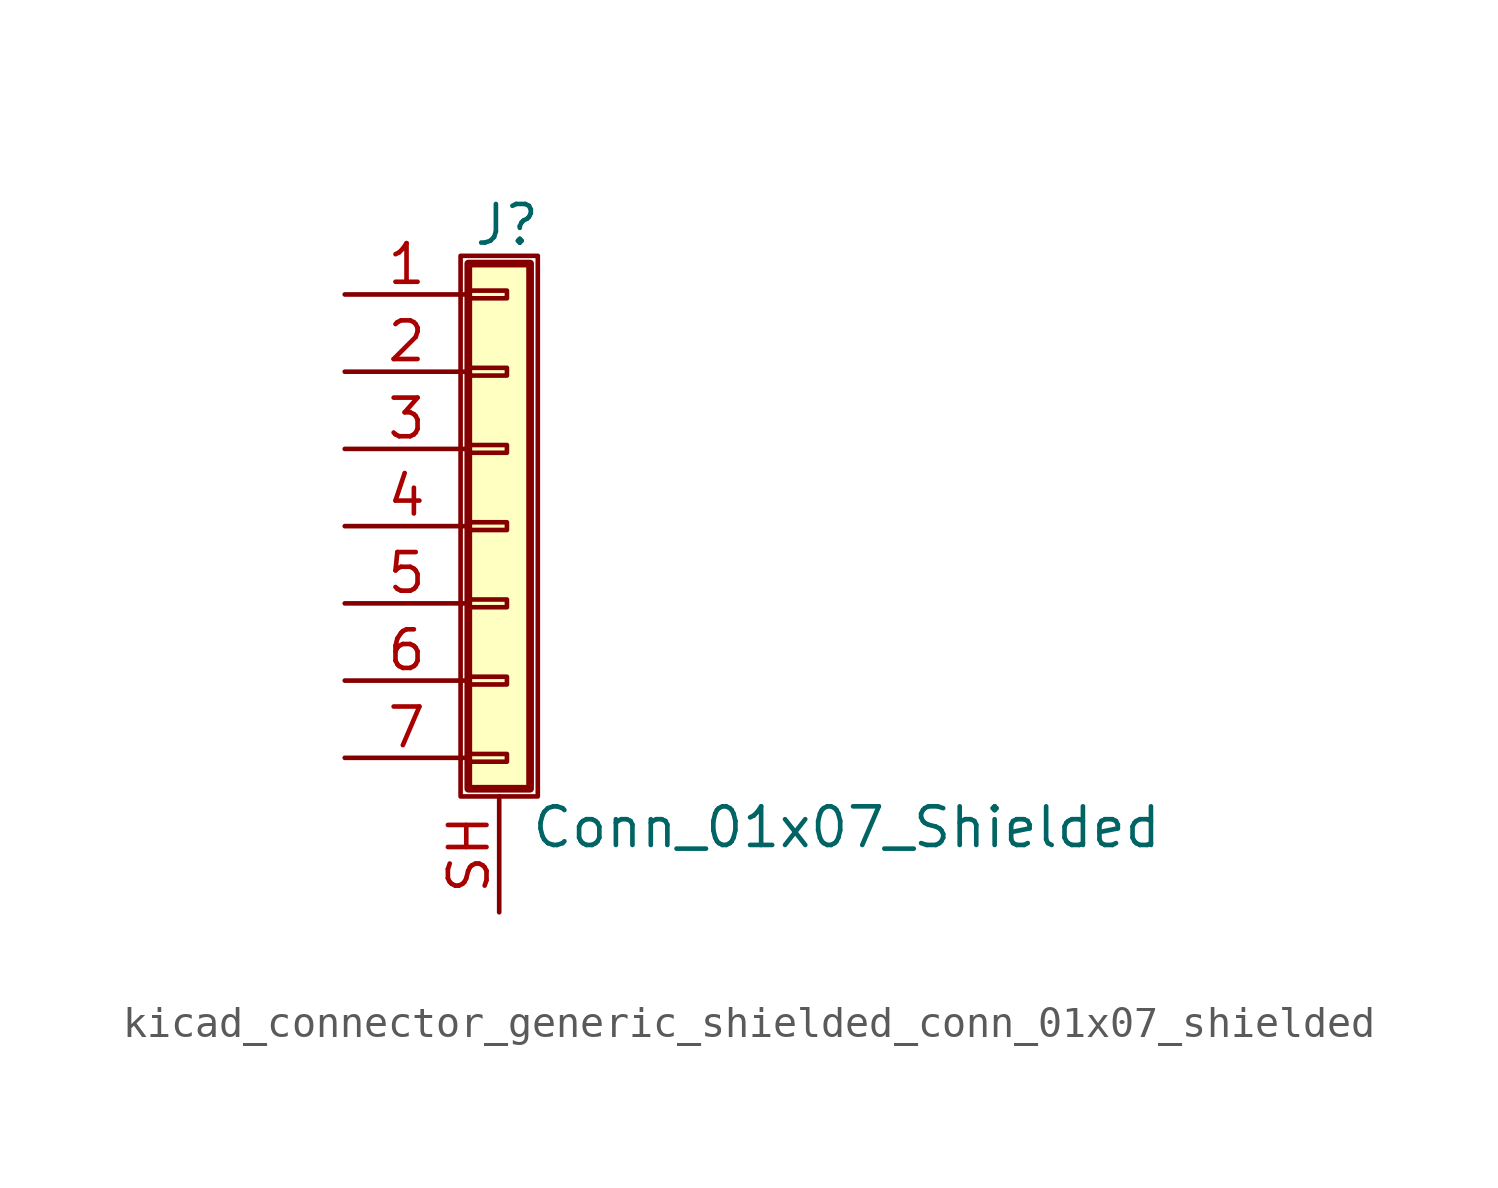
<source format=kicad_sym>
(kicad_symbol_lib
  (version 20220914)
  (generator kicad_symbol_editor)
  (symbol "kicad_connector_generic_shielded_conn_01x07_shielded"
    (pin_names
      (offset 1.016) hide)
    (property "Reference" "J"
      (at 0.254 9.906 0)
      (effects (font (size 1.27 1.27))))
    (property "Value" "Conn_01x07_Shielded"
      (at 1.016 -9.906 0)
      (effects (font (size 1.27 1.27)) (justify left)))
    (symbol "kicad_connector_generic_shielded_conn_01x07_shielded_1_1"
      (rectangle (start -1.27 8.89) (end 1.27 -8.89) (stroke (width 0.152) (type default)) (fill (type none)))
      (rectangle (start -1.016 -7.493) (end 0.254 -7.747) (stroke (width 0.152) (type default)) (fill (type none)))
      (rectangle (start -1.016 -4.953) (end 0.254 -5.207) (stroke (width 0.152) (type default)) (fill (type none)))
      (rectangle (start -1.016 -2.413) (end 0.254 -2.667) (stroke (width 0.152) (type default)) (fill (type none)))
      (rectangle (start -1.016 0.127) (end 0.254 -0.127) (stroke (width 0.152) (type default)) (fill (type none)))
      (rectangle (start -1.016 2.667) (end 0.254 2.413) (stroke (width 0.152) (type default)) (fill (type none)))
      (rectangle (start -1.016 5.207) (end 0.254 4.953) (stroke (width 0.152) (type default)) (fill (type none)))
      (rectangle (start -1.016 7.747) (end 0.254 7.493) (stroke (width 0.152) (type default)) (fill (type none)))
      (rectangle (start -1.016 8.636) (end 1.016 -8.636) (stroke (width 0.254) (type default)) (fill (type background)))
      (pin passive line (at -5.08 7.62 0) (length 4.064) (name "Pin_1" (effects (font (size 1.27 1.27)))) (number "1" (effects (font (size 1.27 1.27)))))
      (pin passive line (at -5.08 5.08 0) (length 4.064) (name "Pin_2" (effects (font (size 1.27 1.27)))) (number "2" (effects (font (size 1.27 1.27)))))
      (pin passive line (at -5.08 2.54 0) (length 4.064) (name "Pin_3" (effects (font (size 1.27 1.27)))) (number "3" (effects (font (size 1.27 1.27)))))
      (pin passive line (at -5.08 0 0) (length 4.064) (name "Pin_4" (effects (font (size 1.27 1.27)))) (number "4" (effects (font (size 1.27 1.27)))))
      (pin passive line (at -5.08 -2.54 0) (length 4.064) (name "Pin_5" (effects (font (size 1.27 1.27)))) (number "5" (effects (font (size 1.27 1.27)))))
      (pin passive line (at -5.08 -5.08 0) (length 4.064) (name "Pin_6" (effects (font (size 1.27 1.27)))) (number "6" (effects (font (size 1.27 1.27)))))
      (pin passive line (at -5.08 -7.62 0) (length 4.064) (name "Pin_7" (effects (font (size 1.27 1.27)))) (number "7" (effects (font (size 1.27 1.27)))))
      (pin passive line (at 0 -12.7 90) (length 3.81) (name "Shield" (effects (font (size 1.27 1.27)))) (number "SH" (effects (font (size 1.27 1.27))))))))
</source>
